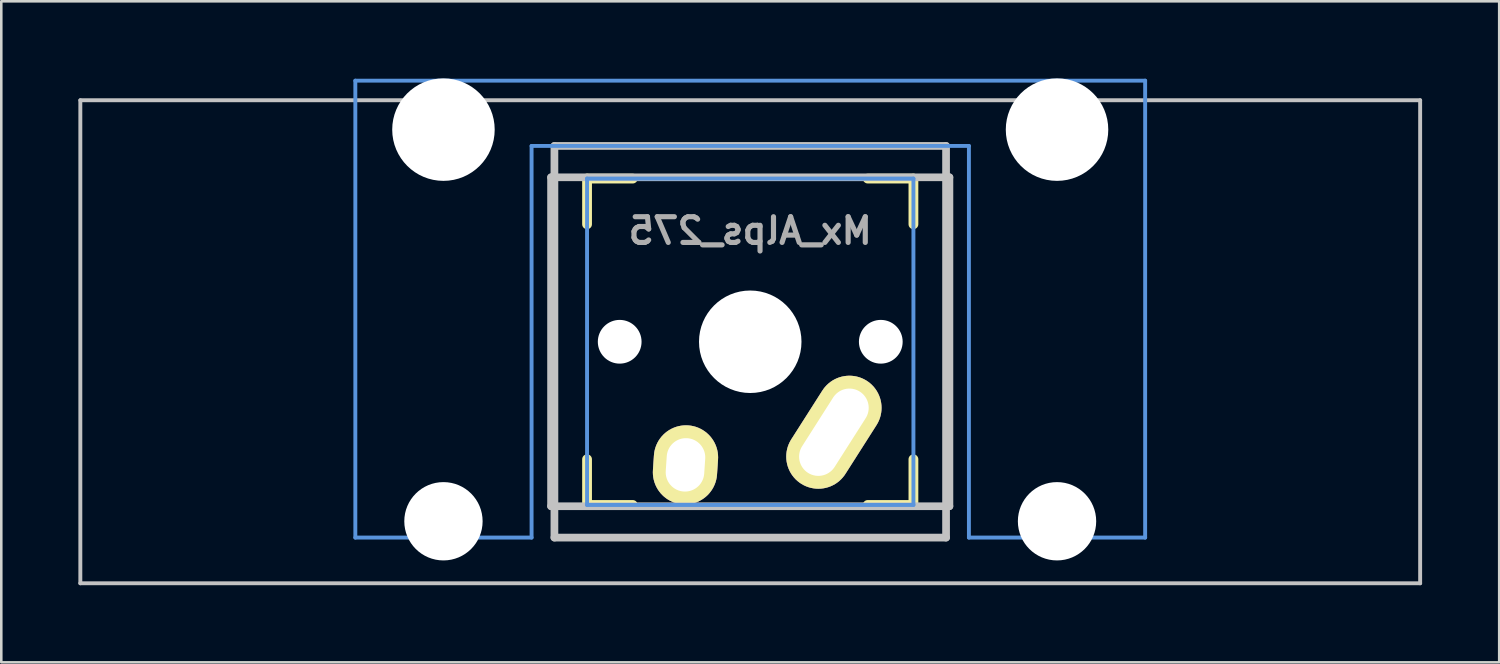
<source format=kicad_pcb>
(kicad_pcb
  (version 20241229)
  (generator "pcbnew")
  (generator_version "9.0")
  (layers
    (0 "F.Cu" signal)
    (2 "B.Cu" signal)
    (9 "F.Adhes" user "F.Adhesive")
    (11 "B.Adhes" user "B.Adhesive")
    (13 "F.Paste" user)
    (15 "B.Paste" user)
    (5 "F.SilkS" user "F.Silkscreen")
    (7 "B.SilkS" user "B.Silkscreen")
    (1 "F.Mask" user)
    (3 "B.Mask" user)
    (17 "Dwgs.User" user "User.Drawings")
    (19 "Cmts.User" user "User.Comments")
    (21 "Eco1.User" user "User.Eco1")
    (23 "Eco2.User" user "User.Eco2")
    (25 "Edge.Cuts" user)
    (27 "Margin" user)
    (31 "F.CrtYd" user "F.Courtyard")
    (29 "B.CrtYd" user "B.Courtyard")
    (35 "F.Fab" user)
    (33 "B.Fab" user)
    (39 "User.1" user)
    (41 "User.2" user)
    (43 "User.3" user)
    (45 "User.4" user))
  (footprint "Mx_Alps_275"
    (layer "F.Cu")
    (at 26.144 6.261)
    (property "Reference" "Mx_Alps_275" (at 0 -0.33 180) (layer "F.Fab") (effects (font (size 1 1) (thickness 0.2)) (justify mirror)))
    (attr through_hole)
    (fp_line (start -6.35 -2.362) (end -4.572 -2.362) (stroke (width 0.381) (type solid)) (layer "F.SilkS"))
    (fp_line (start -6.35 -0.584) (end -6.35 -2.362) (stroke (width 0.381) (type solid)) (layer "F.SilkS"))
    (fp_line (start -6.35 10.338) (end -6.35 8.56) (stroke (width 0.381) (type solid)) (layer "F.SilkS"))
    (fp_line (start -4.572 10.338) (end -6.35 10.338) (stroke (width 0.381) (type solid)) (layer "F.SilkS"))
    (fp_line (start 4.572 -2.362) (end 6.35 -2.362) (stroke (width 0.381) (type solid)) (layer "F.SilkS"))
    (fp_line (start 6.35 -2.362) (end 6.35 -0.584) (stroke (width 0.381) (type solid)) (layer "F.SilkS"))
    (fp_line (start 6.35 8.56) (end 6.35 10.338) (stroke (width 0.381) (type solid)) (layer "F.SilkS"))
    (fp_line (start 6.35 10.338) (end 4.572 10.338) (stroke (width 0.381) (type solid)) (layer "F.SilkS"))
    (fp_line (start -26.068 -5.41) (end 26.068 -5.41) (stroke (width 0.152) (type solid)) (layer "Dwgs.User"))
    (fp_line (start -26.068 13.386) (end -26.068 -5.41) (stroke (width 0.152) (type solid)) (layer "Dwgs.User"))
    (fp_line (start -7.75 -2.412) (end -7.75 10.388) (stroke (width 0.3) (type solid)) (layer "Dwgs.User"))
    (fp_line (start -7.75 10.388) (end 7.75 10.388) (stroke (width 0.3) (type solid)) (layer "Dwgs.User"))
    (fp_line (start -7.62 -3.632) (end 7.62 -3.632) (stroke (width 0.3) (type solid)) (layer "Dwgs.User"))
    (fp_line (start -7.62 11.608) (end -7.62 -3.632) (stroke (width 0.3) (type solid)) (layer "Dwgs.User"))
    (fp_line (start 7.62 -3.632) (end 7.62 11.608) (stroke (width 0.3) (type solid)) (layer "Dwgs.User"))
    (fp_line (start 7.62 11.608) (end -7.62 11.608) (stroke (width 0.3) (type solid)) (layer "Dwgs.User"))
    (fp_line (start 7.75 -2.412) (end -7.75 -2.412) (stroke (width 0.3) (type solid)) (layer "Dwgs.User"))
    (fp_line (start 7.75 -2.412) (end 7.75 10.388) (stroke (width 0.3) (type solid)) (layer "Dwgs.User"))
    (fp_line (start 26.068 -5.41) (end 26.068 13.386) (stroke (width 0.152) (type solid)) (layer "Dwgs.User"))
    (fp_line (start 26.068 13.386) (end -26.068 13.386) (stroke (width 0.152) (type solid)) (layer "Dwgs.User"))
    (fp_line (start -15.367 -6.172) (end -15.367 11.608) (stroke (width 0.152) (type solid)) (layer "Cmts.User"))
    (fp_line (start -15.367 11.608) (end -8.509 11.608) (stroke (width 0.152) (type solid)) (layer "Cmts.User"))
    (fp_line (start -8.509 -3.632) (end 8.509 -3.632) (stroke (width 0.152) (type solid)) (layer "Cmts.User"))
    (fp_line (start -8.509 11.608) (end -8.509 -3.632) (stroke (width 0.152) (type solid)) (layer "Cmts.User"))
    (fp_line (start -6.35 -2.362) (end 6.35 -2.362) (stroke (width 0.152) (type solid)) (layer "Cmts.User"))
    (fp_line (start -6.35 10.338) (end -6.35 -2.362) (stroke (width 0.152) (type solid)) (layer "Cmts.User"))
    (fp_line (start 6.35 -2.362) (end 6.35 10.338) (stroke (width 0.152) (type solid)) (layer "Cmts.User"))
    (fp_line (start 6.35 10.338) (end -6.35 10.338) (stroke (width 0.152) (type solid)) (layer "Cmts.User"))
    (fp_line (start 8.509 -3.632) (end 8.509 11.608) (stroke (width 0.152) (type solid)) (layer "Cmts.User"))
    (fp_line (start 8.509 11.608) (end 15.367 11.608) (stroke (width 0.152) (type solid)) (layer "Cmts.User"))
    (fp_line (start 15.367 -6.172) (end -15.367 -6.172) (stroke (width 0.152) (type solid)) (layer "Cmts.User"))
    (fp_line (start 15.367 11.608) (end 15.367 -6.172) (stroke (width 0.152) (type solid)) (layer "Cmts.User"))
    (fp_line (start -16.129 3.48) (end -15.265 3.48) (stroke (width 0.152) (type solid)) (layer "Eco2.User"))
    (fp_line (start -16.129 6.274) (end -16.129 3.48) (stroke (width 0.152) (type solid)) (layer "Eco2.User"))
    (fp_line (start -15.265 -2.616) (end -14.224 -2.616) (stroke (width 0.152) (type solid)) (layer "Eco2.User"))
    (fp_line (start -15.265 3.48) (end -15.265 -2.616) (stroke (width 0.152) (type solid)) (layer "Eco2.User"))
    (fp_line (start -15.265 6.274) (end -16.129 6.274) (stroke (width 0.152) (type solid)) (layer "Eco2.User"))
    (fp_line (start -15.265 9.677) (end -15.265 6.274) (stroke (width 0.152) (type solid)) (layer "Eco2.User"))
    (fp_line (start -14.224 -3.785) (end -9.652 -3.785) (stroke (width 0.152) (type solid)) (layer "Eco2.User"))
    (fp_line (start -14.224 -2.616) (end -14.224 -3.785) (stroke (width 0.152) (type solid)) (layer "Eco2.User"))
    (fp_line (start -9.652 -3.785) (end -9.652 -2.616) (stroke (width 0.152) (type solid)) (layer "Eco2.User"))
    (fp_line (start -9.652 -2.616) (end -8.611 -2.616) (stroke (width 0.152) (type solid)) (layer "Eco2.User"))
    (fp_line (start -8.611 -2.616) (end -8.611 -1.829) (stroke (width 0.152) (type solid)) (layer "Eco2.User"))
    (fp_line (start -8.611 -1.829) (end -6.985 -1.829) (stroke (width 0.152) (type solid)) (layer "Eco2.User"))
    (fp_line (start -8.611 8.865) (end -8.611 9.677) (stroke (width 0.152) (type solid)) (layer "Eco2.User"))
    (fp_line (start -8.611 9.677) (end -15.265 9.677) (stroke (width 0.152) (type solid)) (layer "Eco2.User"))
    (fp_line (start -6.985 -2.997) (end 6.985 -2.997) (stroke (width 0.152) (type solid)) (layer "Eco2.User"))
    (fp_line (start -6.985 -1.829) (end -6.985 -2.997) (stroke (width 0.152) (type solid)) (layer "Eco2.User"))
    (fp_line (start -6.985 8.865) (end -8.611 8.865) (stroke (width 0.152) (type solid)) (layer "Eco2.User"))
    (fp_line (start -6.985 10.973) (end -6.985 8.865) (stroke (width 0.152) (type solid)) (layer "Eco2.User"))
    (fp_line (start 6.985 -2.997) (end 6.985 -1.829) (stroke (width 0.152) (type solid)) (layer "Eco2.User"))
    (fp_line (start 6.985 -1.829) (end 8.611 -1.829) (stroke (width 0.152) (type solid)) (layer "Eco2.User"))
    (fp_line (start 6.985 8.865) (end 6.985 10.973) (stroke (width 0.152) (type solid)) (layer "Eco2.User"))
    (fp_line (start 6.985 10.973) (end -6.985 10.973) (stroke (width 0.152) (type solid)) (layer "Eco2.User"))
    (fp_line (start 8.611 -2.616) (end 9.652 -2.616) (stroke (width 0.152) (type solid)) (layer "Eco2.User"))
    (fp_line (start 8.611 -1.829) (end 8.611 -2.616) (stroke (width 0.152) (type solid)) (layer "Eco2.User"))
    (fp_line (start 8.611 8.865) (end 6.985 8.865) (stroke (width 0.152) (type solid)) (layer "Eco2.User"))
    (fp_line (start 8.611 9.677) (end 8.611 8.865) (stroke (width 0.152) (type solid)) (layer "Eco2.User"))
    (fp_line (start 9.652 -3.785) (end 14.224 -3.785) (stroke (width 0.152) (type solid)) (layer "Eco2.User"))
    (fp_line (start 9.652 -2.616) (end 9.652 -3.785) (stroke (width 0.152) (type solid)) (layer "Eco2.User"))
    (fp_line (start 14.224 -3.785) (end 14.224 -2.616) (stroke (width 0.152) (type solid)) (layer "Eco2.User"))
    (fp_line (start 14.224 -2.616) (end 15.265 -2.616) (stroke (width 0.152) (type solid)) (layer "Eco2.User"))
    (fp_line (start 15.265 -2.616) (end 15.265 3.48) (stroke (width 0.152) (type solid)) (layer "Eco2.User"))
    (fp_line (start 15.265 3.48) (end 16.129 3.48) (stroke (width 0.152) (type solid)) (layer "Eco2.User"))
    (fp_line (start 15.265 6.274) (end 15.265 9.677) (stroke (width 0.152) (type solid)) (layer "Eco2.User"))
    (fp_line (start 15.265 9.677) (end 8.611 9.677) (stroke (width 0.152) (type solid)) (layer "Eco2.User"))
    (fp_line (start 16.129 3.48) (end 16.129 6.274) (stroke (width 0.152) (type solid)) (layer "Eco2.User"))
    (fp_line (start 16.129 6.274) (end 15.265 6.274) (stroke (width 0.152) (type solid)) (layer "Eco2.User"))
    (pad "" np_thru_hole circle (at -11.938 -4.267 180) (size 3.988 3.988) (drill 3.988) (layers "*.Cu" "*.Mask"))
    (pad "" np_thru_hole circle (at -11.938 10.973 180) (size 3.048 3.048) (drill 3.048) (layers "*.Cu" "*.Mask"))
    (pad "" np_thru_hole circle (at -5.08 3.988 180) (size 1.702 1.702) (drill 1.702) (layers "*.Cu" "*.Mask"))
    (pad "" np_thru_hole circle (at 0 3.988 180) (size 3.988 3.988) (drill 3.988) (layers "*.Cu" "*.Mask"))
    (pad "" np_thru_hole circle (at 5.08 3.988 180) (size 1.702 1.702) (drill 1.702) (layers "*.Cu" "*.Mask"))
    (pad "" np_thru_hole circle (at 11.938 -4.267 180) (size 3.988 3.988) (drill 3.988) (layers "*.Cu" "*.Mask"))
    (pad "" np_thru_hole circle (at 11.938 10.973 180) (size 3.048 3.048) (drill 3.048) (layers "*.Cu" "*.Mask"))
    (pad "1" thru_hole oval (at 3.255 7.508 147.5) (size 2.5 4.75) (drill oval 1.5 3.75) (layers "*.Cu" "*.Mask" "F.SilkS"))
    (pad "2" thru_hole oval (at -2.52 8.778 176.1) (size 2.5 3.08) (drill oval 1.5 2.08) (layers "*.Cu" "*.Mask" "F.SilkS")))
  (gr_rect
    (start -3 -3)
    (end 55.288 22.723)
    (stroke (width 0.1) (type default))
    (fill no)
    (layer "Edge.Cuts")))
</source>
